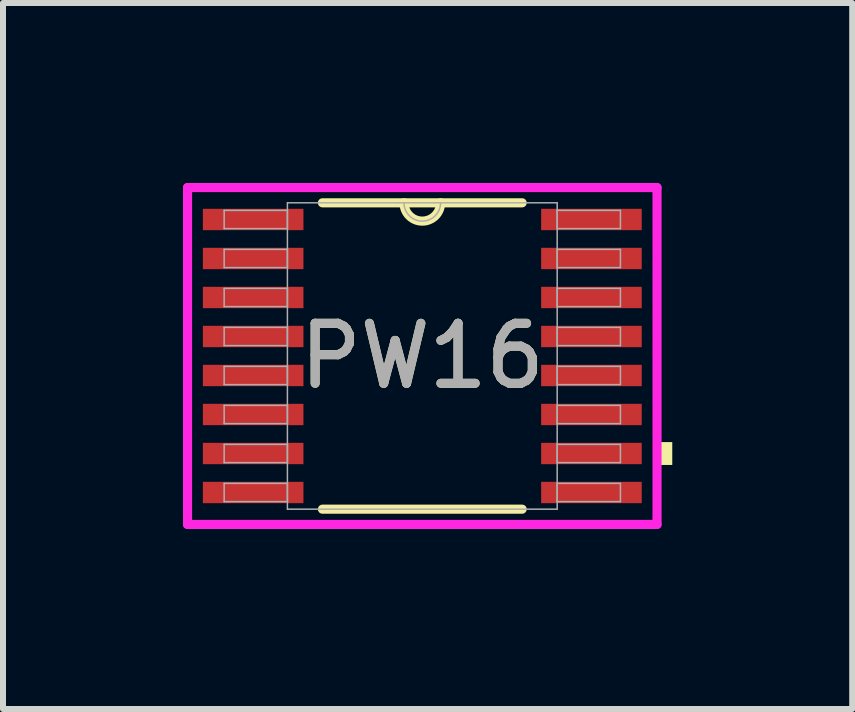
<source format=kicad_pcb>
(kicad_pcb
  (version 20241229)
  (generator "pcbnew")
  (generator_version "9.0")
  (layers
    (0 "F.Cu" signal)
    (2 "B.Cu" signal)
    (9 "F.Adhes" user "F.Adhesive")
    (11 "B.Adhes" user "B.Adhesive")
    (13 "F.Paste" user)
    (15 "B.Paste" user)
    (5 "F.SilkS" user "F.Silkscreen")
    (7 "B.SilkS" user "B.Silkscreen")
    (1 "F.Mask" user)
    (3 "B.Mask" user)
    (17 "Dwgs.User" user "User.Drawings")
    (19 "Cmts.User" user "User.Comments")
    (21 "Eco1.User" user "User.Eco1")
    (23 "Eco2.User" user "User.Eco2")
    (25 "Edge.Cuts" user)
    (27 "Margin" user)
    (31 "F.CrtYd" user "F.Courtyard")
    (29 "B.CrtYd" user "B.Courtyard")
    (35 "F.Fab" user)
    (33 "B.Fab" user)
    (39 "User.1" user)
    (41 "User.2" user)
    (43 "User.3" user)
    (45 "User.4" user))
  (footprint "PW16"
    (layer "F.Cu")
    (at 3.988 2.883)
    (property "Reference" "PW16" (at 0 0 0) (unlocked yes) (layer "F.SilkS") (effects (font (size 1 1) (thickness 0.15))))
    (attr smd)
    (fp_line (start -1.664 2.553) (end 1.664 2.553) (stroke (width 0.152) (type solid)) (layer "F.SilkS"))
    (fp_line (start 1.664 -2.553) (end -1.664 -2.553) (stroke (width 0.152) (type solid)) (layer "F.SilkS"))
    (fp_arc (start 0.3048 -2.5527) (mid 0 -2.2479) (end -0.3048 -2.5527) (stroke (width 0.1524) (type solid)) (layer "F.SilkS"))
    (fp_poly (pts (xy 4.166 1.435) (xy 4.166 1.816) (xy 3.912 1.816) (xy 3.912 1.435)) (stroke (width 0) (type solid)) (fill yes) (layer "F.SilkS"))
    (fp_line (start -3.912 -2.807) (end 3.912 -2.807) (stroke (width 0.152) (type solid)) (layer "F.CrtYd"))
    (fp_line (start -3.912 2.807) (end -3.912 -2.807) (stroke (width 0.152) (type solid)) (layer "F.CrtYd"))
    (fp_line (start 3.912 -2.807) (end 3.912 2.807) (stroke (width 0.152) (type solid)) (layer "F.CrtYd"))
    (fp_line (start 3.912 2.807) (end -3.912 2.807) (stroke (width 0.152) (type solid)) (layer "F.CrtYd"))
    (fp_line (start -3.302 -2.427) (end -3.302 -2.123) (stroke (width 0.025) (type solid)) (layer "F.Fab"))
    (fp_line (start -3.302 -2.123) (end -2.248 -2.123) (stroke (width 0.025) (type solid)) (layer "F.Fab"))
    (fp_line (start -3.302 -1.777) (end -3.302 -1.473) (stroke (width 0.025) (type solid)) (layer "F.Fab"))
    (fp_line (start -3.302 -1.473) (end -2.248 -1.473) (stroke (width 0.025) (type solid)) (layer "F.Fab"))
    (fp_line (start -3.302 -1.127) (end -3.302 -0.823) (stroke (width 0.025) (type solid)) (layer "F.Fab"))
    (fp_line (start -3.302 -0.823) (end -2.248 -0.823) (stroke (width 0.025) (type solid)) (layer "F.Fab"))
    (fp_line (start -3.302 -0.477) (end -3.302 -0.173) (stroke (width 0.025) (type solid)) (layer "F.Fab"))
    (fp_line (start -3.302 -0.173) (end -2.248 -0.173) (stroke (width 0.025) (type solid)) (layer "F.Fab"))
    (fp_line (start -3.302 0.173) (end -3.302 0.477) (stroke (width 0.025) (type solid)) (layer "F.Fab"))
    (fp_line (start -3.302 0.477) (end -2.248 0.477) (stroke (width 0.025) (type solid)) (layer "F.Fab"))
    (fp_line (start -3.302 0.823) (end -3.302 1.127) (stroke (width 0.025) (type solid)) (layer "F.Fab"))
    (fp_line (start -3.302 1.127) (end -2.248 1.127) (stroke (width 0.025) (type solid)) (layer "F.Fab"))
    (fp_line (start -3.302 1.473) (end -3.302 1.777) (stroke (width 0.025) (type solid)) (layer "F.Fab"))
    (fp_line (start -3.302 1.777) (end -2.248 1.777) (stroke (width 0.025) (type solid)) (layer "F.Fab"))
    (fp_line (start -3.302 2.123) (end -3.302 2.427) (stroke (width 0.025) (type solid)) (layer "F.Fab"))
    (fp_line (start -3.302 2.427) (end -2.248 2.427) (stroke (width 0.025) (type solid)) (layer "F.Fab"))
    (fp_line (start -2.248 -2.553) (end -2.248 2.553) (stroke (width 0.025) (type solid)) (layer "F.Fab"))
    (fp_line (start -2.248 -2.427) (end -3.302 -2.427) (stroke (width 0.025) (type solid)) (layer "F.Fab"))
    (fp_line (start -2.248 -2.123) (end -2.248 -2.427) (stroke (width 0.025) (type solid)) (layer "F.Fab"))
    (fp_line (start -2.248 -1.777) (end -3.302 -1.777) (stroke (width 0.025) (type solid)) (layer "F.Fab"))
    (fp_line (start -2.248 -1.473) (end -2.248 -1.777) (stroke (width 0.025) (type solid)) (layer "F.Fab"))
    (fp_line (start -2.248 -1.127) (end -3.302 -1.127) (stroke (width 0.025) (type solid)) (layer "F.Fab"))
    (fp_line (start -2.248 -0.823) (end -2.248 -1.127) (stroke (width 0.025) (type solid)) (layer "F.Fab"))
    (fp_line (start -2.248 -0.477) (end -3.302 -0.477) (stroke (width 0.025) (type solid)) (layer "F.Fab"))
    (fp_line (start -2.248 -0.173) (end -2.248 -0.477) (stroke (width 0.025) (type solid)) (layer "F.Fab"))
    (fp_line (start -2.248 0.173) (end -3.302 0.173) (stroke (width 0.025) (type solid)) (layer "F.Fab"))
    (fp_line (start -2.248 0.477) (end -2.248 0.173) (stroke (width 0.025) (type solid)) (layer "F.Fab"))
    (fp_line (start -2.248 0.823) (end -3.302 0.823) (stroke (width 0.025) (type solid)) (layer "F.Fab"))
    (fp_line (start -2.248 1.127) (end -2.248 0.823) (stroke (width 0.025) (type solid)) (layer "F.Fab"))
    (fp_line (start -2.248 1.473) (end -3.302 1.473) (stroke (width 0.025) (type solid)) (layer "F.Fab"))
    (fp_line (start -2.248 1.777) (end -2.248 1.473) (stroke (width 0.025) (type solid)) (layer "F.Fab"))
    (fp_line (start -2.248 2.123) (end -3.302 2.123) (stroke (width 0.025) (type solid)) (layer "F.Fab"))
    (fp_line (start -2.248 2.427) (end -2.248 2.123) (stroke (width 0.025) (type solid)) (layer "F.Fab"))
    (fp_line (start -2.248 2.553) (end 2.248 2.553) (stroke (width 0.025) (type solid)) (layer "F.Fab"))
    (fp_line (start 2.248 -2.553) (end -2.248 -2.553) (stroke (width 0.025) (type solid)) (layer "F.Fab"))
    (fp_line (start 2.248 -2.427) (end 2.248 -2.123) (stroke (width 0.025) (type solid)) (layer "F.Fab"))
    (fp_line (start 2.248 -2.123) (end 3.302 -2.123) (stroke (width 0.025) (type solid)) (layer "F.Fab"))
    (fp_line (start 2.248 -1.777) (end 2.248 -1.473) (stroke (width 0.025) (type solid)) (layer "F.Fab"))
    (fp_line (start 2.248 -1.473) (end 3.302 -1.473) (stroke (width 0.025) (type solid)) (layer "F.Fab"))
    (fp_line (start 2.248 -1.127) (end 2.248 -0.823) (stroke (width 0.025) (type solid)) (layer "F.Fab"))
    (fp_line (start 2.248 -0.823) (end 3.302 -0.823) (stroke (width 0.025) (type solid)) (layer "F.Fab"))
    (fp_line (start 2.248 -0.477) (end 2.248 -0.173) (stroke (width 0.025) (type solid)) (layer "F.Fab"))
    (fp_line (start 2.248 -0.173) (end 3.302 -0.173) (stroke (width 0.025) (type solid)) (layer "F.Fab"))
    (fp_line (start 2.248 0.173) (end 2.248 0.477) (stroke (width 0.025) (type solid)) (layer "F.Fab"))
    (fp_line (start 2.248 0.477) (end 3.302 0.477) (stroke (width 0.025) (type solid)) (layer "F.Fab"))
    (fp_line (start 2.248 0.823) (end 2.248 1.127) (stroke (width 0.025) (type solid)) (layer "F.Fab"))
    (fp_line (start 2.248 1.127) (end 3.302 1.127) (stroke (width 0.025) (type solid)) (layer "F.Fab"))
    (fp_line (start 2.248 1.473) (end 2.248 1.777) (stroke (width 0.025) (type solid)) (layer "F.Fab"))
    (fp_line (start 2.248 1.777) (end 3.302 1.777) (stroke (width 0.025) (type solid)) (layer "F.Fab"))
    (fp_line (start 2.248 2.123) (end 2.248 2.427) (stroke (width 0.025) (type solid)) (layer "F.Fab"))
    (fp_line (start 2.248 2.427) (end 3.302 2.427) (stroke (width 0.025) (type solid)) (layer "F.Fab"))
    (fp_line (start 2.248 2.553) (end 2.248 -2.553) (stroke (width 0.025) (type solid)) (layer "F.Fab"))
    (fp_line (start 3.302 -2.427) (end 2.248 -2.427) (stroke (width 0.025) (type solid)) (layer "F.Fab"))
    (fp_line (start 3.302 -2.123) (end 3.302 -2.427) (stroke (width 0.025) (type solid)) (layer "F.Fab"))
    (fp_line (start 3.302 -1.777) (end 2.248 -1.777) (stroke (width 0.025) (type solid)) (layer "F.Fab"))
    (fp_line (start 3.302 -1.473) (end 3.302 -1.777) (stroke (width 0.025) (type solid)) (layer "F.Fab"))
    (fp_line (start 3.302 -1.127) (end 2.248 -1.127) (stroke (width 0.025) (type solid)) (layer "F.Fab"))
    (fp_line (start 3.302 -0.823) (end 3.302 -1.127) (stroke (width 0.025) (type solid)) (layer "F.Fab"))
    (fp_line (start 3.302 -0.477) (end 2.248 -0.477) (stroke (width 0.025) (type solid)) (layer "F.Fab"))
    (fp_line (start 3.302 -0.173) (end 3.302 -0.477) (stroke (width 0.025) (type solid)) (layer "F.Fab"))
    (fp_line (start 3.302 0.173) (end 2.248 0.173) (stroke (width 0.025) (type solid)) (layer "F.Fab"))
    (fp_line (start 3.302 0.477) (end 3.302 0.173) (stroke (width 0.025) (type solid)) (layer "F.Fab"))
    (fp_line (start 3.302 0.823) (end 2.248 0.823) (stroke (width 0.025) (type solid)) (layer "F.Fab"))
    (fp_line (start 3.302 1.127) (end 3.302 0.823) (stroke (width 0.025) (type solid)) (layer "F.Fab"))
    (fp_line (start 3.302 1.473) (end 2.248 1.473) (stroke (width 0.025) (type solid)) (layer "F.Fab"))
    (fp_line (start 3.302 1.777) (end 3.302 1.473) (stroke (width 0.025) (type solid)) (layer "F.Fab"))
    (fp_line (start 3.302 2.123) (end 2.248 2.123) (stroke (width 0.025) (type solid)) (layer "F.Fab"))
    (fp_line (start 3.302 2.427) (end 3.302 2.123) (stroke (width 0.025) (type solid)) (layer "F.Fab"))
    (fp_arc (start 0.3048 -2.5527) (mid 0 -2.2479) (end -0.3048 -2.5527) (stroke (width 0.0254) (type solid)) (layer "F.Fab"))
    (fp_text user "${REFERENCE}" (at 0 0 0) (unlocked yes) (layer "F.Fab") (effects (font (size 1 1) (thickness 0.15))))
    (pad "1" smd rect (at -2.819 -2.275) (size 1.676 0.356) (layers "F.Cu" "F.Mask" "F.Paste"))
    (pad "2" smd rect (at -2.819 -1.625) (size 1.676 0.356) (layers "F.Cu" "F.Mask" "F.Paste"))
    (pad "3" smd rect (at -2.819 -0.975) (size 1.676 0.356) (layers "F.Cu" "F.Mask" "F.Paste"))
    (pad "4" smd rect (at -2.819 -0.325) (size 1.676 0.356) (layers "F.Cu" "F.Mask" "F.Paste"))
    (pad "5" smd rect (at -2.819 0.325) (size 1.676 0.356) (layers "F.Cu" "F.Mask" "F.Paste"))
    (pad "6" smd rect (at -2.819 0.975) (size 1.676 0.356) (layers "F.Cu" "F.Mask" "F.Paste"))
    (pad "7" smd rect (at -2.819 1.625) (size 1.676 0.356) (layers "F.Cu" "F.Mask" "F.Paste"))
    (pad "8" smd rect (at -2.819 2.275) (size 1.676 0.356) (layers "F.Cu" "F.Mask" "F.Paste"))
    (pad "9" smd rect (at 2.819 2.275) (size 1.676 0.356) (layers "F.Cu" "F.Mask" "F.Paste"))
    (pad "10" smd rect (at 2.819 1.625) (size 1.676 0.356) (layers "F.Cu" "F.Mask" "F.Paste"))
    (pad "11" smd rect (at 2.819 0.975) (size 1.676 0.356) (layers "F.Cu" "F.Mask" "F.Paste"))
    (pad "12" smd rect (at 2.819 0.325) (size 1.676 0.356) (layers "F.Cu" "F.Mask" "F.Paste"))
    (pad "13" smd rect (at 2.819 -0.325) (size 1.676 0.356) (layers "F.Cu" "F.Mask" "F.Paste"))
    (pad "14" smd rect (at 2.819 -0.975) (size 1.676 0.356) (layers "F.Cu" "F.Mask" "F.Paste"))
    (pad "15" smd rect (at 2.819 -1.625) (size 1.676 0.356) (layers "F.Cu" "F.Mask" "F.Paste"))
    (pad "16" smd rect (at 2.819 -2.275) (size 1.676 0.356) (layers "F.Cu" "F.Mask" "F.Paste")))
  (gr_rect
    (start -3 -3)
    (end 11.153 8.766)
    (stroke (width 0.1) (type default))
    (fill no)
    (layer "Edge.Cuts")))
</source>
